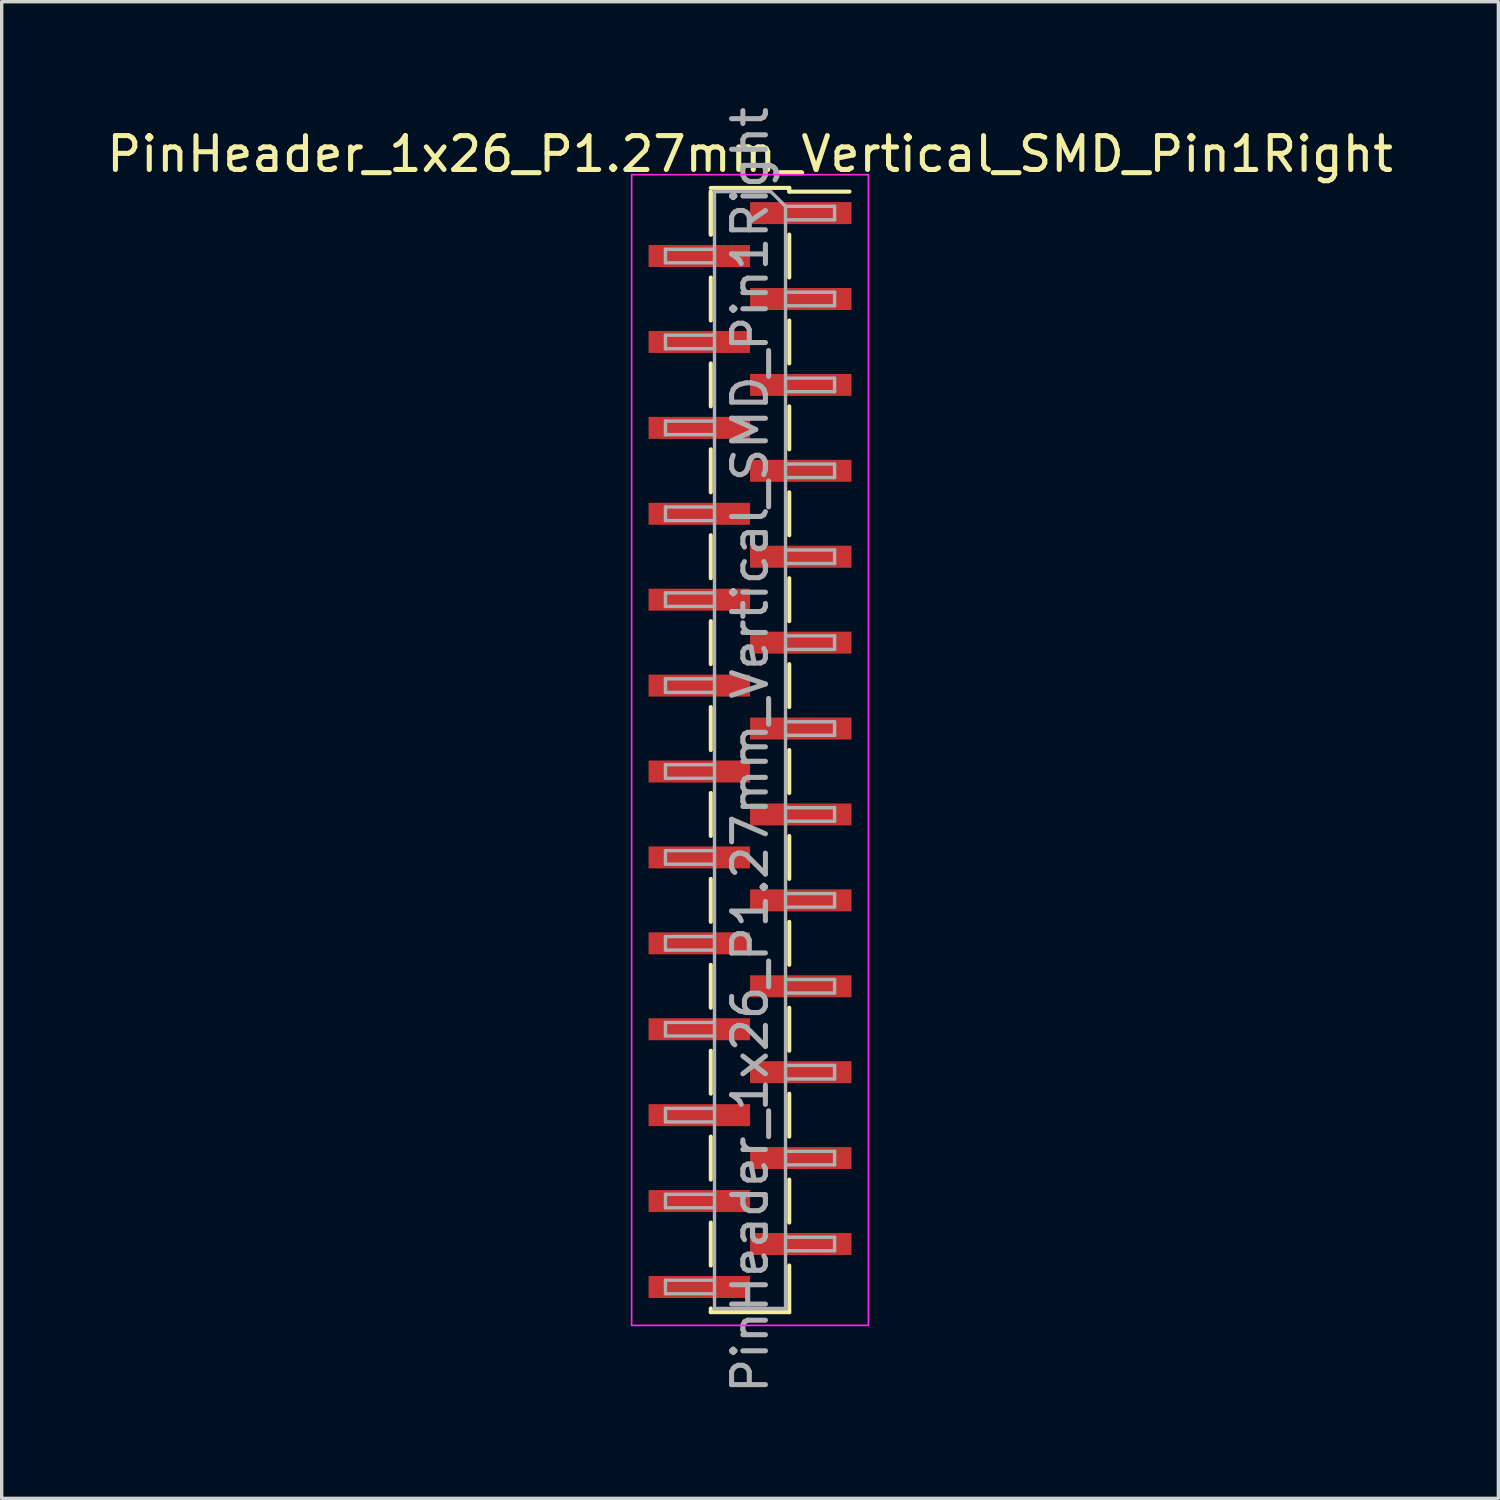
<source format=kicad_pcb>
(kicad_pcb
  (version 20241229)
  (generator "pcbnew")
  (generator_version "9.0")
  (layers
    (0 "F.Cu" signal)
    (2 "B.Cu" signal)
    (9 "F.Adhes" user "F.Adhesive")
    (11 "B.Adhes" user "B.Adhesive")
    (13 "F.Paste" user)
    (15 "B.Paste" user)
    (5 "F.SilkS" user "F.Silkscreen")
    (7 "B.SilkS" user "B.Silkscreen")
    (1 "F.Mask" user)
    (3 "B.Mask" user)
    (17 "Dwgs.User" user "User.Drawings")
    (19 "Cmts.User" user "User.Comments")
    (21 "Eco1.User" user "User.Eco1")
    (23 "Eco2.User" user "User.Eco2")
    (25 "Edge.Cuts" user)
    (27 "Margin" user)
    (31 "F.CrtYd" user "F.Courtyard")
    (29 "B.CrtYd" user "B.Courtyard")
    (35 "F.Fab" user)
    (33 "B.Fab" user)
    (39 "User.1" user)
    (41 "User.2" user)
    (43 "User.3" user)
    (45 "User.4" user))
  (footprint "PinHeader_1x26_P1.27mm_Vertical_SMD_Pin1Right"
    (layer "F.Cu")
    (at 19.125 19.125)
    (property "Reference" "PinHeader_1x26_P1.27mm_Vertical_SMD_Pin1Right" (at 0 -17.62 0) (layer "F.SilkS") (effects (font (size 1 1) (thickness 0.15))))
    (attr smd)
    (fp_line (start -1.16 -16.62) (end 1.16 -16.62) (stroke (width 0.12) (type solid)) (layer "F.SilkS"))
    (fp_line (start -1.16 -16.51) (end -1.16 -15.24) (stroke (width 0.12) (type solid)) (layer "F.SilkS"))
    (fp_line (start -1.16 -16.51) (end -1.16 -15.24) (stroke (width 0.12) (type solid)) (layer "F.SilkS"))
    (fp_line (start -1.16 -13.97) (end -1.16 -12.7) (stroke (width 0.12) (type solid)) (layer "F.SilkS"))
    (fp_line (start -1.16 -11.43) (end -1.16 -10.16) (stroke (width 0.12) (type solid)) (layer "F.SilkS"))
    (fp_line (start -1.16 -8.89) (end -1.16 -7.62) (stroke (width 0.12) (type solid)) (layer "F.SilkS"))
    (fp_line (start -1.16 -6.35) (end -1.16 -5.08) (stroke (width 0.12) (type solid)) (layer "F.SilkS"))
    (fp_line (start -1.16 -3.81) (end -1.16 -2.54) (stroke (width 0.12) (type solid)) (layer "F.SilkS"))
    (fp_line (start -1.16 -1.27) (end -1.16 0) (stroke (width 0.12) (type solid)) (layer "F.SilkS"))
    (fp_line (start -1.16 1.27) (end -1.16 2.54) (stroke (width 0.12) (type solid)) (layer "F.SilkS"))
    (fp_line (start -1.16 3.81) (end -1.16 5.08) (stroke (width 0.12) (type solid)) (layer "F.SilkS"))
    (fp_line (start -1.16 6.35) (end -1.16 7.62) (stroke (width 0.12) (type solid)) (layer "F.SilkS"))
    (fp_line (start -1.16 8.89) (end -1.16 10.16) (stroke (width 0.12) (type solid)) (layer "F.SilkS"))
    (fp_line (start -1.16 11.43) (end -1.16 12.7) (stroke (width 0.12) (type solid)) (layer "F.SilkS"))
    (fp_line (start -1.16 13.97) (end -1.16 15.24) (stroke (width 0.12) (type solid)) (layer "F.SilkS"))
    (fp_line (start -1.16 16.51) (end -1.16 16.62) (stroke (width 0.12) (type solid)) (layer "F.SilkS"))
    (fp_line (start -1.16 16.62) (end 1.16 16.62) (stroke (width 0.12) (type solid)) (layer "F.SilkS"))
    (fp_line (start 1.16 -16.62) (end 1.16 -16.51) (stroke (width 0.12) (type solid)) (layer "F.SilkS"))
    (fp_line (start 1.16 -16.51) (end 2.94 -16.51) (stroke (width 0.12) (type solid)) (layer "F.SilkS"))
    (fp_line (start 1.16 -15.24) (end 1.16 -13.97) (stroke (width 0.12) (type solid)) (layer "F.SilkS"))
    (fp_line (start 1.16 -12.7) (end 1.16 -11.43) (stroke (width 0.12) (type solid)) (layer "F.SilkS"))
    (fp_line (start 1.16 -10.16) (end 1.16 -8.89) (stroke (width 0.12) (type solid)) (layer "F.SilkS"))
    (fp_line (start 1.16 -7.62) (end 1.16 -6.35) (stroke (width 0.12) (type solid)) (layer "F.SilkS"))
    (fp_line (start 1.16 -5.08) (end 1.16 -3.81) (stroke (width 0.12) (type solid)) (layer "F.SilkS"))
    (fp_line (start 1.16 -2.54) (end 1.16 -1.27) (stroke (width 0.12) (type solid)) (layer "F.SilkS"))
    (fp_line (start 1.16 0) (end 1.16 1.27) (stroke (width 0.12) (type solid)) (layer "F.SilkS"))
    (fp_line (start 1.16 2.54) (end 1.16 3.81) (stroke (width 0.12) (type solid)) (layer "F.SilkS"))
    (fp_line (start 1.16 5.08) (end 1.16 6.35) (stroke (width 0.12) (type solid)) (layer "F.SilkS"))
    (fp_line (start 1.16 7.62) (end 1.16 8.89) (stroke (width 0.12) (type solid)) (layer "F.SilkS"))
    (fp_line (start 1.16 10.16) (end 1.16 11.43) (stroke (width 0.12) (type solid)) (layer "F.SilkS"))
    (fp_line (start 1.16 12.7) (end 1.16 13.97) (stroke (width 0.12) (type solid)) (layer "F.SilkS"))
    (fp_line (start 1.16 15.24) (end 1.16 16.62) (stroke (width 0.12) (type solid)) (layer "F.SilkS"))
    (fp_line (start -3.5 -17.01) (end -3.5 17.01) (stroke (width 0.05) (type solid)) (layer "F.CrtYd"))
    (fp_line (start -3.5 17.01) (end 3.5 17.01) (stroke (width 0.05) (type solid)) (layer "F.CrtYd"))
    (fp_line (start 3.5 -17.01) (end -3.5 -17.01) (stroke (width 0.05) (type solid)) (layer "F.CrtYd"))
    (fp_line (start 3.5 17.01) (end 3.5 -17.01) (stroke (width 0.05) (type solid)) (layer "F.CrtYd"))
    (fp_line (start -2.5 -14.805) (end -2.5 -14.405) (stroke (width 0.1) (type solid)) (layer "F.Fab"))
    (fp_line (start -2.5 -14.405) (end -1.05 -14.405) (stroke (width 0.1) (type solid)) (layer "F.Fab"))
    (fp_line (start -2.5 -12.265) (end -2.5 -11.865) (stroke (width 0.1) (type solid)) (layer "F.Fab"))
    (fp_line (start -2.5 -11.865) (end -1.05 -11.865) (stroke (width 0.1) (type solid)) (layer "F.Fab"))
    (fp_line (start -2.5 -9.725) (end -2.5 -9.325) (stroke (width 0.1) (type solid)) (layer "F.Fab"))
    (fp_line (start -2.5 -9.325) (end -1.05 -9.325) (stroke (width 0.1) (type solid)) (layer "F.Fab"))
    (fp_line (start -2.5 -7.185) (end -2.5 -6.785) (stroke (width 0.1) (type solid)) (layer "F.Fab"))
    (fp_line (start -2.5 -6.785) (end -1.05 -6.785) (stroke (width 0.1) (type solid)) (layer "F.Fab"))
    (fp_line (start -2.5 -4.645) (end -2.5 -4.245) (stroke (width 0.1) (type solid)) (layer "F.Fab"))
    (fp_line (start -2.5 -4.245) (end -1.05 -4.245) (stroke (width 0.1) (type solid)) (layer "F.Fab"))
    (fp_line (start -2.5 -2.105) (end -2.5 -1.705) (stroke (width 0.1) (type solid)) (layer "F.Fab"))
    (fp_line (start -2.5 -1.705) (end -1.05 -1.705) (stroke (width 0.1) (type solid)) (layer "F.Fab"))
    (fp_line (start -2.5 0.435) (end -2.5 0.835) (stroke (width 0.1) (type solid)) (layer "F.Fab"))
    (fp_line (start -2.5 0.835) (end -1.05 0.835) (stroke (width 0.1) (type solid)) (layer "F.Fab"))
    (fp_line (start -2.5 2.975) (end -2.5 3.375) (stroke (width 0.1) (type solid)) (layer "F.Fab"))
    (fp_line (start -2.5 3.375) (end -1.05 3.375) (stroke (width 0.1) (type solid)) (layer "F.Fab"))
    (fp_line (start -2.5 5.515) (end -2.5 5.915) (stroke (width 0.1) (type solid)) (layer "F.Fab"))
    (fp_line (start -2.5 5.915) (end -1.05 5.915) (stroke (width 0.1) (type solid)) (layer "F.Fab"))
    (fp_line (start -2.5 8.055) (end -2.5 8.455) (stroke (width 0.1) (type solid)) (layer "F.Fab"))
    (fp_line (start -2.5 8.455) (end -1.05 8.455) (stroke (width 0.1) (type solid)) (layer "F.Fab"))
    (fp_line (start -2.5 10.595) (end -2.5 10.995) (stroke (width 0.1) (type solid)) (layer "F.Fab"))
    (fp_line (start -2.5 10.995) (end -1.05 10.995) (stroke (width 0.1) (type solid)) (layer "F.Fab"))
    (fp_line (start -2.5 13.135) (end -2.5 13.535) (stroke (width 0.1) (type solid)) (layer "F.Fab"))
    (fp_line (start -2.5 13.535) (end -1.05 13.535) (stroke (width 0.1) (type solid)) (layer "F.Fab"))
    (fp_line (start -2.5 15.675) (end -2.5 16.075) (stroke (width 0.1) (type solid)) (layer "F.Fab"))
    (fp_line (start -2.5 16.075) (end -1.05 16.075) (stroke (width 0.1) (type solid)) (layer "F.Fab"))
    (fp_line (start -1.05 -16.51) (end -1.05 16.51) (stroke (width 0.1) (type solid)) (layer "F.Fab"))
    (fp_line (start -1.05 -16.51) (end 0.615 -16.51) (stroke (width 0.1) (type solid)) (layer "F.Fab"))
    (fp_line (start -1.05 -14.805) (end -2.5 -14.805) (stroke (width 0.1) (type solid)) (layer "F.Fab"))
    (fp_line (start -1.05 -12.265) (end -2.5 -12.265) (stroke (width 0.1) (type solid)) (layer "F.Fab"))
    (fp_line (start -1.05 -9.725) (end -2.5 -9.725) (stroke (width 0.1) (type solid)) (layer "F.Fab"))
    (fp_line (start -1.05 -7.185) (end -2.5 -7.185) (stroke (width 0.1) (type solid)) (layer "F.Fab"))
    (fp_line (start -1.05 -4.645) (end -2.5 -4.645) (stroke (width 0.1) (type solid)) (layer "F.Fab"))
    (fp_line (start -1.05 -2.105) (end -2.5 -2.105) (stroke (width 0.1) (type solid)) (layer "F.Fab"))
    (fp_line (start -1.05 0.435) (end -2.5 0.435) (stroke (width 0.1) (type solid)) (layer "F.Fab"))
    (fp_line (start -1.05 2.975) (end -2.5 2.975) (stroke (width 0.1) (type solid)) (layer "F.Fab"))
    (fp_line (start -1.05 5.515) (end -2.5 5.515) (stroke (width 0.1) (type solid)) (layer "F.Fab"))
    (fp_line (start -1.05 8.055) (end -2.5 8.055) (stroke (width 0.1) (type solid)) (layer "F.Fab"))
    (fp_line (start -1.05 10.595) (end -2.5 10.595) (stroke (width 0.1) (type solid)) (layer "F.Fab"))
    (fp_line (start -1.05 13.135) (end -2.5 13.135) (stroke (width 0.1) (type solid)) (layer "F.Fab"))
    (fp_line (start -1.05 15.675) (end -2.5 15.675) (stroke (width 0.1) (type solid)) (layer "F.Fab"))
    (fp_line (start 1.05 -16.075) (end 0.615 -16.51) (stroke (width 0.1) (type solid)) (layer "F.Fab"))
    (fp_line (start 1.05 -16.075) (end 2.5 -16.075) (stroke (width 0.1) (type solid)) (layer "F.Fab"))
    (fp_line (start 1.05 -13.535) (end 2.5 -13.535) (stroke (width 0.1) (type solid)) (layer "F.Fab"))
    (fp_line (start 1.05 -10.995) (end 2.5 -10.995) (stroke (width 0.1) (type solid)) (layer "F.Fab"))
    (fp_line (start 1.05 -8.455) (end 2.5 -8.455) (stroke (width 0.1) (type solid)) (layer "F.Fab"))
    (fp_line (start 1.05 -5.915) (end 2.5 -5.915) (stroke (width 0.1) (type solid)) (layer "F.Fab"))
    (fp_line (start 1.05 -3.375) (end 2.5 -3.375) (stroke (width 0.1) (type solid)) (layer "F.Fab"))
    (fp_line (start 1.05 -0.835) (end 2.5 -0.835) (stroke (width 0.1) (type solid)) (layer "F.Fab"))
    (fp_line (start 1.05 1.705) (end 2.5 1.705) (stroke (width 0.1) (type solid)) (layer "F.Fab"))
    (fp_line (start 1.05 4.245) (end 2.5 4.245) (stroke (width 0.1) (type solid)) (layer "F.Fab"))
    (fp_line (start 1.05 6.785) (end 2.5 6.785) (stroke (width 0.1) (type solid)) (layer "F.Fab"))
    (fp_line (start 1.05 9.325) (end 2.5 9.325) (stroke (width 0.1) (type solid)) (layer "F.Fab"))
    (fp_line (start 1.05 11.865) (end 2.5 11.865) (stroke (width 0.1) (type solid)) (layer "F.Fab"))
    (fp_line (start 1.05 14.405) (end 2.5 14.405) (stroke (width 0.1) (type solid)) (layer "F.Fab"))
    (fp_line (start 1.05 16.51) (end -1.05 16.51) (stroke (width 0.1) (type solid)) (layer "F.Fab"))
    (fp_line (start 1.05 16.51) (end 1.05 -16.075) (stroke (width 0.1) (type solid)) (layer "F.Fab"))
    (fp_line (start 2.5 -16.075) (end 2.5 -15.675) (stroke (width 0.1) (type solid)) (layer "F.Fab"))
    (fp_line (start 2.5 -15.675) (end 1.05 -15.675) (stroke (width 0.1) (type solid)) (layer "F.Fab"))
    (fp_line (start 2.5 -13.535) (end 2.5 -13.135) (stroke (width 0.1) (type solid)) (layer "F.Fab"))
    (fp_line (start 2.5 -13.135) (end 1.05 -13.135) (stroke (width 0.1) (type solid)) (layer "F.Fab"))
    (fp_line (start 2.5 -10.995) (end 2.5 -10.595) (stroke (width 0.1) (type solid)) (layer "F.Fab"))
    (fp_line (start 2.5 -10.595) (end 1.05 -10.595) (stroke (width 0.1) (type solid)) (layer "F.Fab"))
    (fp_line (start 2.5 -8.455) (end 2.5 -8.055) (stroke (width 0.1) (type solid)) (layer "F.Fab"))
    (fp_line (start 2.5 -8.055) (end 1.05 -8.055) (stroke (width 0.1) (type solid)) (layer "F.Fab"))
    (fp_line (start 2.5 -5.915) (end 2.5 -5.515) (stroke (width 0.1) (type solid)) (layer "F.Fab"))
    (fp_line (start 2.5 -5.515) (end 1.05 -5.515) (stroke (width 0.1) (type solid)) (layer "F.Fab"))
    (fp_line (start 2.5 -3.375) (end 2.5 -2.975) (stroke (width 0.1) (type solid)) (layer "F.Fab"))
    (fp_line (start 2.5 -2.975) (end 1.05 -2.975) (stroke (width 0.1) (type solid)) (layer "F.Fab"))
    (fp_line (start 2.5 -0.835) (end 2.5 -0.435) (stroke (width 0.1) (type solid)) (layer "F.Fab"))
    (fp_line (start 2.5 -0.435) (end 1.05 -0.435) (stroke (width 0.1) (type solid)) (layer "F.Fab"))
    (fp_line (start 2.5 1.705) (end 2.5 2.105) (stroke (width 0.1) (type solid)) (layer "F.Fab"))
    (fp_line (start 2.5 2.105) (end 1.05 2.105) (stroke (width 0.1) (type solid)) (layer "F.Fab"))
    (fp_line (start 2.5 4.245) (end 2.5 4.645) (stroke (width 0.1) (type solid)) (layer "F.Fab"))
    (fp_line (start 2.5 4.645) (end 1.05 4.645) (stroke (width 0.1) (type solid)) (layer "F.Fab"))
    (fp_line (start 2.5 6.785) (end 2.5 7.185) (stroke (width 0.1) (type solid)) (layer "F.Fab"))
    (fp_line (start 2.5 7.185) (end 1.05 7.185) (stroke (width 0.1) (type solid)) (layer "F.Fab"))
    (fp_line (start 2.5 9.325) (end 2.5 9.725) (stroke (width 0.1) (type solid)) (layer "F.Fab"))
    (fp_line (start 2.5 9.725) (end 1.05 9.725) (stroke (width 0.1) (type solid)) (layer "F.Fab"))
    (fp_line (start 2.5 11.865) (end 2.5 12.265) (stroke (width 0.1) (type solid)) (layer "F.Fab"))
    (fp_line (start 2.5 12.265) (end 1.05 12.265) (stroke (width 0.1) (type solid)) (layer "F.Fab"))
    (fp_line (start 2.5 14.405) (end 2.5 14.805) (stroke (width 0.1) (type solid)) (layer "F.Fab"))
    (fp_line (start 2.5 14.805) (end 1.05 14.805) (stroke (width 0.1) (type solid)) (layer "F.Fab"))
    (fp_text user "${REFERENCE}" (at 0 0 90) (layer "F.Fab") (effects (font (size 1 1) (thickness 0.15))))
    (pad "1" smd rect (at 1.5 -15.875) (size 3 0.65) (layers "F.Cu" "F.Mask" "F.Paste"))
    (pad "2" smd rect (at -1.5 -14.605) (size 3 0.65) (layers "F.Cu" "F.Mask" "F.Paste"))
    (pad "3" smd rect (at 1.5 -13.335) (size 3 0.65) (layers "F.Cu" "F.Mask" "F.Paste"))
    (pad "4" smd rect (at -1.5 -12.065) (size 3 0.65) (layers "F.Cu" "F.Mask" "F.Paste"))
    (pad "5" smd rect (at 1.5 -10.795) (size 3 0.65) (layers "F.Cu" "F.Mask" "F.Paste"))
    (pad "6" smd rect (at -1.5 -9.525) (size 3 0.65) (layers "F.Cu" "F.Mask" "F.Paste"))
    (pad "7" smd rect (at 1.5 -8.255) (size 3 0.65) (layers "F.Cu" "F.Mask" "F.Paste"))
    (pad "8" smd rect (at -1.5 -6.985) (size 3 0.65) (layers "F.Cu" "F.Mask" "F.Paste"))
    (pad "9" smd rect (at 1.5 -5.715) (size 3 0.65) (layers "F.Cu" "F.Mask" "F.Paste"))
    (pad "10" smd rect (at -1.5 -4.445) (size 3 0.65) (layers "F.Cu" "F.Mask" "F.Paste"))
    (pad "11" smd rect (at 1.5 -3.175) (size 3 0.65) (layers "F.Cu" "F.Mask" "F.Paste"))
    (pad "12" smd rect (at -1.5 -1.905) (size 3 0.65) (layers "F.Cu" "F.Mask" "F.Paste"))
    (pad "13" smd rect (at 1.5 -0.635) (size 3 0.65) (layers "F.Cu" "F.Mask" "F.Paste"))
    (pad "14" smd rect (at -1.5 0.635) (size 3 0.65) (layers "F.Cu" "F.Mask" "F.Paste"))
    (pad "15" smd rect (at 1.5 1.905) (size 3 0.65) (layers "F.Cu" "F.Mask" "F.Paste"))
    (pad "16" smd rect (at -1.5 3.175) (size 3 0.65) (layers "F.Cu" "F.Mask" "F.Paste"))
    (pad "17" smd rect (at 1.5 4.445) (size 3 0.65) (layers "F.Cu" "F.Mask" "F.Paste"))
    (pad "18" smd rect (at -1.5 5.715) (size 3 0.65) (layers "F.Cu" "F.Mask" "F.Paste"))
    (pad "19" smd rect (at 1.5 6.985) (size 3 0.65) (layers "F.Cu" "F.Mask" "F.Paste"))
    (pad "20" smd rect (at -1.5 8.255) (size 3 0.65) (layers "F.Cu" "F.Mask" "F.Paste"))
    (pad "21" smd rect (at 1.5 9.525) (size 3 0.65) (layers "F.Cu" "F.Mask" "F.Paste"))
    (pad "22" smd rect (at -1.5 10.795) (size 3 0.65) (layers "F.Cu" "F.Mask" "F.Paste"))
    (pad "23" smd rect (at 1.5 12.065) (size 3 0.65) (layers "F.Cu" "F.Mask" "F.Paste"))
    (pad "24" smd rect (at -1.5 13.335) (size 3 0.65) (layers "F.Cu" "F.Mask" "F.Paste"))
    (pad "25" smd rect (at 1.5 14.605) (size 3 0.65) (layers "F.Cu" "F.Mask" "F.Paste"))
    (pad "26" smd rect (at -1.5 15.875) (size 3 0.65) (layers "F.Cu" "F.Mask" "F.Paste")))
  (gr_rect
    (start -3 -3)
    (end 41.25 41.25)
    (stroke (width 0.1) (type default))
    (fill no)
    (layer "Edge.Cuts")))
</source>
